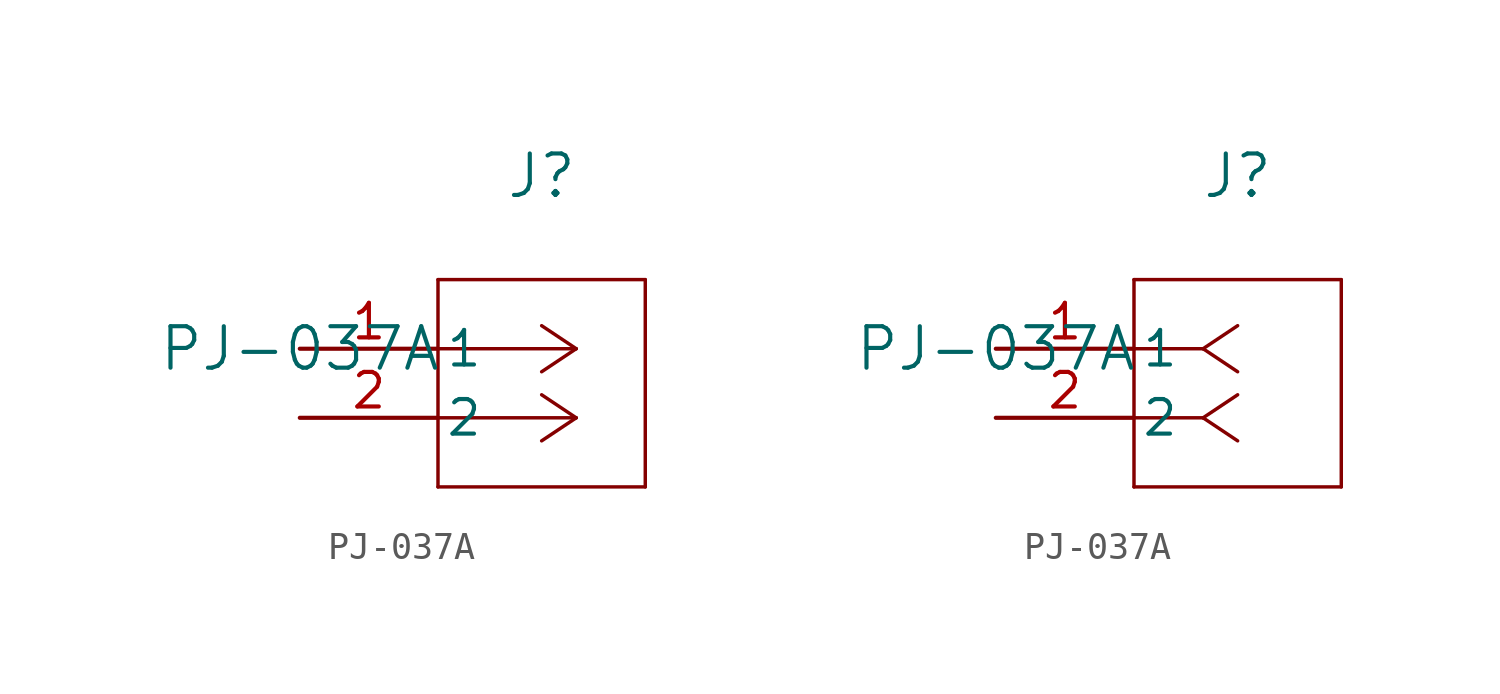
<source format=kicad_sym>
(kicad_symbol_lib
  (version 20211014)
  (generator kicad_symbol_editor)
  (symbol "PJ-037A"
    (pin_names
      (offset 0.254))
    (property "Reference" "J"
      (at 8.89 6.35 0)
      (effects (font (size 1.524 1.524))))
    (property "Value" "PJ-037A"
      (at 0 0 0)
      (effects (font (size 1.524 1.524))))
    (symbol "PJ-037A_1_1"
      (polyline (pts (xy 10.16 0) (xy 5.08 0)) (stroke (width 0.127) (type default) (color 0 0 0 0)) (fill (type none)))
      (polyline (pts (xy 10.16 -2.54) (xy 5.08 -2.54)) (stroke (width 0.127) (type default) (color 0 0 0 0)) (fill (type none)))
      (polyline (pts (xy 10.16 0) (xy 8.89 0.847)) (stroke (width 0.127) (type default) (color 0 0 0 0)) (fill (type none)))
      (polyline (pts (xy 10.16 -2.54) (xy 8.89 -1.693)) (stroke (width 0.127) (type default) (color 0 0 0 0)) (fill (type none)))
      (polyline (pts (xy 10.16 0) (xy 8.89 -0.847)) (stroke (width 0.127) (type default) (color 0 0 0 0)) (fill (type none)))
      (polyline (pts (xy 10.16 -2.54) (xy 8.89 -3.387)) (stroke (width 0.127) (type default) (color 0 0 0 0)) (fill (type none)))
      (polyline (pts (xy 5.08 2.54) (xy 5.08 -5.08)) (stroke (width 0.127) (type default) (color 0 0 0 0)) (fill (type none)))
      (polyline (pts (xy 5.08 -5.08) (xy 12.7 -5.08)) (stroke (width 0.127) (type default) (color 0 0 0 0)) (fill (type none)))
      (polyline (pts (xy 12.7 -5.08) (xy 12.7 2.54)) (stroke (width 0.127) (type default) (color 0 0 0 0)) (fill (type none)))
      (polyline (pts (xy 12.7 2.54) (xy 5.08 2.54)) (stroke (width 0.127) (type default) (color 0 0 0 0)) (fill (type none)))
      (pin unspecified line (at 0 0 0) (length 5.08) (name "1" (effects (font (size 1.27 1.27)))) (number "1" (effects (font (size 1.27 1.27)))))
      (pin unspecified line (at 0 -2.54 0) (length 5.08) (name "2" (effects (font (size 1.27 1.27)))) (number "2" (effects (font (size 1.27 1.27))))))
    (symbol "PJ-037A_1_2"
      (polyline (pts (xy 7.62 0) (xy 5.08 0)) (stroke (width 0.127) (type default) (color 0 0 0 0)) (fill (type none)))
      (polyline (pts (xy 7.62 -2.54) (xy 5.08 -2.54)) (stroke (width 0.127) (type default) (color 0 0 0 0)) (fill (type none)))
      (polyline (pts (xy 7.62 0) (xy 8.89 0.847)) (stroke (width 0.127) (type default) (color 0 0 0 0)) (fill (type none)))
      (polyline (pts (xy 7.62 -2.54) (xy 8.89 -1.693)) (stroke (width 0.127) (type default) (color 0 0 0 0)) (fill (type none)))
      (polyline (pts (xy 7.62 0) (xy 8.89 -0.847)) (stroke (width 0.127) (type default) (color 0 0 0 0)) (fill (type none)))
      (polyline (pts (xy 7.62 -2.54) (xy 8.89 -3.387)) (stroke (width 0.127) (type default) (color 0 0 0 0)) (fill (type none)))
      (polyline (pts (xy 5.08 2.54) (xy 5.08 -5.08)) (stroke (width 0.127) (type default) (color 0 0 0 0)) (fill (type none)))
      (polyline (pts (xy 5.08 -5.08) (xy 12.7 -5.08)) (stroke (width 0.127) (type default) (color 0 0 0 0)) (fill (type none)))
      (polyline (pts (xy 12.7 -5.08) (xy 12.7 2.54)) (stroke (width 0.127) (type default) (color 0 0 0 0)) (fill (type none)))
      (polyline (pts (xy 12.7 2.54) (xy 5.08 2.54)) (stroke (width 0.127) (type default) (color 0 0 0 0)) (fill (type none)))
      (pin unspecified line (at 0 0 0) (length 5.08) (name "1" (effects (font (size 1.27 1.27)))) (number "1" (effects (font (size 1.27 1.27)))))
      (pin unspecified line (at 0 -2.54 0) (length 5.08) (name "2" (effects (font (size 1.27 1.27)))) (number "2" (effects (font (size 1.27 1.27))))))))
</source>
